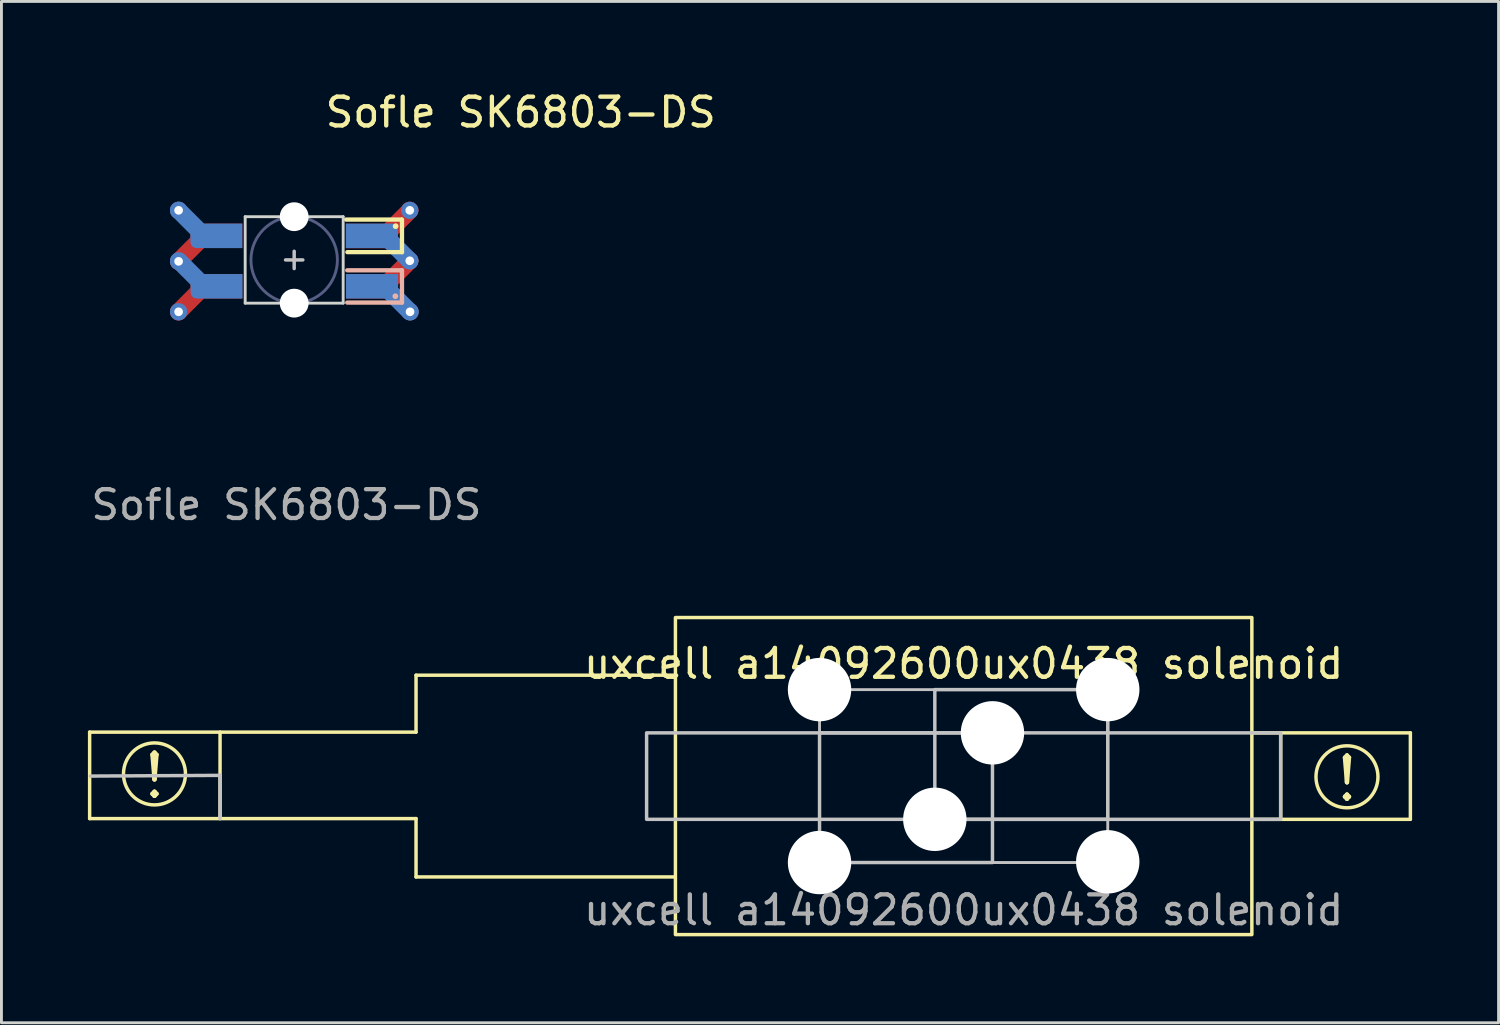
<source format=kicad_pcb>
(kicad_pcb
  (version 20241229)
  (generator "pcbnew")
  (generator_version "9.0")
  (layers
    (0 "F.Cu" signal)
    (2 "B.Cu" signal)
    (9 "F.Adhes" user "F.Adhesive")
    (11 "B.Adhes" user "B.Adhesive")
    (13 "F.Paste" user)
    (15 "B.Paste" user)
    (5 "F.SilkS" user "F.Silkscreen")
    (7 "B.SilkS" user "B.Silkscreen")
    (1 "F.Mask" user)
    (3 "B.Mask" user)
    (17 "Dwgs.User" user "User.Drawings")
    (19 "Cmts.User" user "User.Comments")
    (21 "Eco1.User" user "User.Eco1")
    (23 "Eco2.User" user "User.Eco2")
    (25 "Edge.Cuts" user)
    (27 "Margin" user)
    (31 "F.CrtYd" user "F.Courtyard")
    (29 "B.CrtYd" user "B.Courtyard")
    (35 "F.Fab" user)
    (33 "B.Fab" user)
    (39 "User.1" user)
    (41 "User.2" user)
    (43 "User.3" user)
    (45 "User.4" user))
  (footprint "uxcell a14092600ux0438 solenoid"
    (layer "F.Cu")
    (at 30.385 23.877)
    (property "Reference" "uxcell a14092600ux0438 solenoid" (at 0 -3.9 0) (layer "F.SilkS") (effects (font (size 1 1) (thickness 0.15))))
    (fp_line (start -30.325 -1.525) (end -30.325 1.475) (stroke (width 0.12) (type solid)) (layer "F.SilkS"))
    (fp_line (start -30.325 1.475) (end -19 1.475) (stroke (width 0.12) (type solid)) (layer "F.SilkS"))
    (fp_line (start -25.8 1.475) (end -25.8 -1.525) (stroke (width 0.12) (type solid)) (layer "F.SilkS"))
    (fp_line (start -19 -3.5) (end -19 -1.525) (stroke (width 0.12) (type solid)) (layer "F.SilkS"))
    (fp_line (start -19 -1.525) (end -30.325 -1.525) (stroke (width 0.12) (type solid)) (layer "F.SilkS"))
    (fp_line (start -19 1.475) (end -19 3.5) (stroke (width 0.12) (type solid)) (layer "F.SilkS"))
    (fp_line (start -19 3.5) (end -10.025 3.5) (stroke (width 0.12) (type solid)) (layer "F.SilkS"))
    (fp_line (start -10 -3.5) (end -19 -3.5) (stroke (width 0.12) (type solid)) (layer "F.SilkS"))
    (fp_line (start 10 -1.5) (end 15.5 -1.5) (stroke (width 0.12) (type solid)) (layer "F.SilkS"))
    (fp_line (start 10 1.5) (end 15.5 1.5) (stroke (width 0.12) (type solid)) (layer "F.SilkS"))
    (fp_line (start 11 -1.5) (end 11 1.5) (stroke (width 0.12) (type solid)) (layer "F.SilkS"))
    (fp_line (start 15.5 -1.5) (end 15.5 1.5) (stroke (width 0.12) (type solid)) (layer "F.SilkS"))
    (fp_rect (start -10 -5.5) (end 10 5.5) (stroke (width 0.12) (type solid)) (fill no) (layer "F.SilkS"))
    (fp_circle (center -28.075 -0.075) (end -28.1 1) (stroke (width 0.12) (type solid)) (fill no) (layer "F.SilkS"))
    (fp_circle (center 13.3 0.025) (end 13.275 1.1) (stroke (width 0.12) (type solid)) (fill no) (layer "F.SilkS"))
    (fp_line (start -30.3 0) (end -25.8 -0.025) (stroke (width 0.12) (type solid)) (layer "Dwgs.User"))
    (fp_line (start -25.8 -0.025) (end -25.8 1.475) (stroke (width 0.12) (type solid)) (layer "Dwgs.User"))
    (fp_rect (start -11 -1.5) (end 11 1.5) (stroke (width 0.12) (type solid)) (fill no) (layer "Dwgs.User"))
    (fp_rect (start -5 -3) (end 5 3) (stroke (width 0.1) (type solid)) (fill no) (layer "Dwgs.User"))
    (fp_rect (start 1 3) (end -5 -1.5) (stroke (width 0.12) (type solid)) (fill no) (layer "Dwgs.User"))
    (fp_rect (start 5 1.5) (end -1 -3) (stroke (width 0.12) (type solid)) (fill no) (layer "Dwgs.User"))
    (fp_circle (center -5 -3) (end -3.9 -3) (stroke (width 0.12) (type default)) (fill no) (layer "User.6"))
    (fp_circle (center -5 3) (end -3.9 3) (stroke (width 0.12) (type default)) (fill no) (layer "User.6"))
    (fp_circle (center -1 1.5) (end 0.1 1.5) (stroke (width 0.12) (type default)) (fill no) (layer "User.6"))
    (fp_circle (center 1 -1.5) (end 2.1 -1.5) (stroke (width 0.12) (type default)) (fill no) (layer "User.6"))
    (fp_circle (center 5 -3) (end 6.1 -3) (stroke (width 0.12) (type default)) (fill no) (layer "User.6"))
    (fp_circle (center 5 3) (end 6.1 3) (stroke (width 0.12) (type default)) (fill no) (layer "User.6"))
    (fp_text user "!" (at 13.3 0.1 0) (layer "F.SilkS") (effects (font (size 1.5 1.5) (thickness 0.15))))
    (fp_text user "!" (at -28.075 0 0) (layer "F.SilkS") (effects (font (size 1.5 1.5) (thickness 0.15))))
    (fp_text user "${REFERENCE}" (at 0 4.65 0) (unlocked yes) (layer "F.Fab") (effects (font (size 1 1) (thickness 0.15))))
    (pad "" np_thru_hole circle (at -5 -3 90) (size 2.2 2.2) (drill 2.2) (layers "*.Cu" "*.Mask"))
    (pad "" np_thru_hole circle (at -5 3 90) (size 2.2 2.2) (drill 2.2) (layers "*.Cu" "*.Mask"))
    (pad "" np_thru_hole circle (at -1 1.5 90) (size 2.2 2.2) (drill 2.2) (layers "*.Cu" "*.Mask"))
    (pad "" np_thru_hole circle (at 1 -1.5 90) (size 2.2 2.2) (drill 2.2) (layers "*.Cu" "*.Mask"))
    (pad "" np_thru_hole circle (at 5 -3 90) (size 2.2 2.2) (drill 2.2) (layers "*.Cu" "*.Mask"))
    (pad "" np_thru_hole circle (at 5 2.975) (size 2.2 2.2) (drill 2.2) (layers "*.Cu" "*.Mask")))
  (footprint "Sofle SK6803-DS"
    (layer "F.Cu")
    (at 7.217 6.008)
    (property "Reference" "Sofle SK6803-DS" (at 7.8 -5.16 0) (unlocked yes) (layer "F.SilkS") (effects (font (size 1 1) (thickness 0.15))))
    (attr smd)
    (fp_line (start 1.74 -1.44) (end 3.664 -1.44) (stroke (width 0.15) (type solid)) (layer "F.SilkS"))
    (fp_line (start 3.68 -1.44) (end 3.68 -0.31) (stroke (width 0.15) (type solid)) (layer "F.SilkS"))
    (fp_line (start 3.68 -0.31) (end 1.786 -0.31) (stroke (width 0.15) (type solid)) (layer "F.SilkS"))
    (fp_circle (center 3.46 -1.21) (end 3.56 -1.21) (stroke (width 0) (type solid)) (fill yes) (layer "F.SilkS"))
    (fp_line (start 3.68 0.32) (end 1.78 0.32) (stroke (width 0.15) (type solid)) (layer "B.SilkS"))
    (fp_line (start 3.68 0.32) (end 3.68 1.44) (stroke (width 0.15) (type solid)) (layer "B.SilkS"))
    (fp_line (start 3.68 1.44) (end 1.78 1.44) (stroke (width 0.15) (type solid)) (layer "B.SilkS"))
    (fp_circle (center 3.45 1.22) (end 3.35 1.22) (stroke (width 0) (type solid)) (fill yes) (layer "B.SilkS"))
    (fp_line (start -0.36 -0.04) (end 0.24 -0.04) (stroke (width 0.12) (type solid)) (layer "Dwgs.User"))
    (fp_line (start -0.06 -0.34) (end -0.06 0.26) (stroke (width 0.12) (type solid)) (layer "Dwgs.User"))
    (fp_line (start -1.76 1.46) (end -1.76 -1.54) (stroke (width 0.1) (type solid)) (layer "Edge.Cuts"))
    (fp_line (start 1.64 -1.54) (end -1.76 -1.54) (stroke (width 0.1) (type solid)) (layer "Edge.Cuts"))
    (fp_line (start 1.64 -1.54) (end 1.64 1.46) (stroke (width 0.1) (type solid)) (layer "Edge.Cuts"))
    (fp_line (start 1.64 1.46) (end -1.76 1.46) (stroke (width 0.1) (type solid)) (layer "Edge.Cuts"))
    (fp_circle (center -0.06 -0.04) (end -0.06 1.46) (stroke (width 0.1) (type solid)) (fill no) (layer "B.Fab"))
    (fp_text user "${REFERENCE}" (at -0.33 8.46 0) (unlocked yes) (layer "F.Fab") (effects (font (size 1 1) (thickness 0.15))))
    (pad "" smd roundrect (at -2.75 0.875 180) (size 1.82 0.85) (layers "F.Mask") (roundrect_rratio 0.25) (chamfer_ratio 0) (chamfer top_left bottom_left))
    (pad "" smd roundrect (at -2.75 -0.875) (size 1.82 0.85) (layers "B.Mask") (roundrect_rratio 0.25) (chamfer_ratio 0) (chamfer top_right bottom_right))
    (pad "" smd roundrect (at -2.75 -0.875 180) (size 1.82 0.84) (layers "F.Mask") (roundrect_rratio 0.25) (chamfer_ratio 0) (chamfer top_left bottom_left))
    (pad "" smd roundrect (at -2.745 0.885) (size 1.83 0.85) (layers "B.Mask") (roundrect_rratio 0.25) (chamfer_ratio 0) (chamfer top_right bottom_right))
    (pad "" np_thru_hole circle (at -0.06 -1.54) (size 1 1) (drill 1) (layers "*.Cu" "*.Mask"))
    (pad "" np_thru_hole circle (at -0.06 1.46) (size 1 1) (drill 1) (layers "*.Cu" "*.Mask"))
    (pad "" smd rect (at 2.41 0.88 180) (size 1.38 0.84) (layers "B.Mask"))
    (pad "" smd rect (at 2.41 -0.88) (size 1.38 0.84) (layers "F.Mask"))
    (pad "" smd roundrect (at 2.625 -0.875 180) (size 1.83 0.85) (layers "B.Mask") (roundrect_rratio 0.25) (chamfer_ratio 0) (chamfer top_right bottom_right))
    (pad "" smd roundrect (at 2.63 0.87) (size 1.82 0.84) (layers "F.Mask") (roundrect_rratio 0.25) (chamfer_ratio 0) (chamfer top_left bottom_left))
    (pad "" smd roundrect (at 2.795 0.88 180) (size 1.49 0.84) (layers "B.Mask") (roundrect_rratio 0.25) (chamfer_ratio 0.5) (chamfer top_left))
    (pad "" smd roundrect (at 2.795 -0.88) (size 1.49 0.84) (layers "F.Mask") (roundrect_rratio 0.25) (chamfer_ratio 0.5) (chamfer top_right))
    (pad "1" thru_hole circle (at -4.07 1.76) (size 0.6 0.6) (drill 0.3) (layers "*.Cu"))
    (pad "1" smd custom (at -2.76 -0.875 180) (size 0.85 0.85) (layers "B.Cu") (options (anchor circle)) (primitives (gr_line (start 1.31 0.885) (end 0.425 0) (width 0.6)) (gr_poly (pts (xy 0.9 -0.212) (xy 0.884 -0.294) (xy 0.838 -0.363) (xy 0.769 -0.409) (xy 0.688 -0.425) (xy -0.9 -0.425) (xy -0.9 0.425) (xy 0.688 0.425) (xy 0.769 0.409) (xy 0.838 0.363) (xy 0.884 0.294) (xy 0.9 0.212)) (width 0) (fill yes))))
    (pad "1" smd custom (at -2.76 0.875 180) (size 0.85 0.85) (layers "F.Cu") (options (anchor circle)) (primitives (gr_line (start 0.425 0) (end 1.31 -0.885) (width 0.6)) (gr_poly (pts (xy 0.9 -0.212) (xy 0.884 -0.294) (xy 0.838 -0.363) (xy 0.769 -0.409) (xy 0.688 -0.425) (xy -0.9 -0.425) (xy -0.9 0.425) (xy 0.688 0.425) (xy 0.769 0.409) (xy 0.838 0.363) (xy 0.884 0.294) (xy 0.9 0.212)) (width 0) (fill yes))))
    (pad "2" thru_hole circle (at -4.07 0.01) (size 0.6 0.6) (drill 0.3) (layers "*.Cu"))
    (pad "2" smd custom (at -2.76 -0.875) (size 0.85 0.85) (layers "F.Cu") (options (anchor circle)) (primitives (gr_poly (pts (xy 0.9 -0.425) (xy -0.688 -0.425) (xy -0.769 -0.409) (xy -0.838 -0.363) (xy -0.884 -0.294) (xy -0.9 -0.212) (xy -0.9 0.212) (xy -0.884 0.294) (xy -0.838 0.363) (xy -0.769 0.409) (xy -0.688 0.425) (xy 0.9 0.425)) (width 0) (fill yes)) (gr_line (start -0.425 0) (end -1.31 0.885) (width 0.6))))
    (pad "2" smd custom (at -2.753 0.875) (size 0.85 0.85) (layers "B.Cu") (options (anchor circle)) (primitives (gr_line (start -1.31 -0.885) (end -0.425 0) (width 0.6)) (gr_poly (pts (xy 0.9 -0.425) (xy -0.9 -0.425) (xy -0.9 0.212) (xy -0.884 0.294) (xy -0.838 0.363) (xy -0.769 0.409) (xy -0.688 0.425) (xy 0.9 0.425)) (width 0) (fill yes))))
    (pad "3" thru_hole circle (at -4.07 -1.76) (size 0.6 0.6) (drill 0.3) (layers "*.Cu"))
    (pad "3" smd custom (at 2.64 -0.87) (size 0.85 0.85) (layers "F.Cu") (options (anchor circle)) (primitives (gr_line (start 0.425 0) (end 1.31 -0.885) (width 0.6)) (gr_poly (pts (xy -0.9 -0.425) (xy 0.688 -0.425) (xy 0.769 -0.409) (xy 0.838 -0.363) (xy 0.884 -0.294) (xy 0.9 -0.212) (xy 0.9 0.212) (xy 0.884 0.294) (xy 0.838 0.363) (xy 0.769 0.409) (xy 0.688 0.425) (xy -0.9 0.425)) (width 0) (fill yes))))
    (pad "3" smd custom (at 2.645 0.875) (size 0.85 0.85) (layers "B.Cu") (options (anchor circle)) (primitives (gr_line (start 0.425 0) (end 1.31 0.885) (width 0.6)) (gr_poly (pts (xy 0.9 -0.425) (xy -0.91 -0.425) (xy -0.91 0.425) (xy 0.688 0.425) (xy 0.769 0.409) (xy 0.838 0.363) (xy 0.884 0.294) (xy 0.9 0.212)) (width 0) (fill yes))))
    (pad "3" thru_hole circle (at 3.95 -1.76) (size 0.6 0.6) (drill 0.3) (layers "*.Cu"))
    (pad "3" thru_hole circle (at 3.96 1.76) (size 0.6 0.6) (drill 0.3) (layers "*.Cu"))
    (pad "4" smd custom (at 2.64 -0.875 180) (size 0.85 0.85) (layers "B.Cu") (options (anchor circle)) (primitives (gr_line (start -0.425 0.02) (end -1.31 -0.865) (width 0.6)) (gr_poly (pts (xy 0.91 -0.425) (xy -0.688 -0.425) (xy -0.769 -0.409) (xy -0.838 -0.363) (xy -0.884 -0.294) (xy -0.9 -0.212) (xy -0.9 0.212) (xy -0.884 0.294) (xy -0.838 0.363) (xy -0.769 0.409) (xy -0.688 0.425) (xy 0.91 0.425)) (width 0) (fill yes))))
    (pad "4" smd custom (at 2.64 0.875 180) (size 0.85 0.85) (layers "F.Cu") (options (anchor circle)) (primitives (gr_line (start -1.31 0.885) (end -0.425 0) (width 0.6)) (gr_poly (pts (xy 0.9 -0.425) (xy -0.688 -0.425) (xy -0.769 -0.409) (xy -0.838 -0.363) (xy -0.884 -0.294) (xy -0.9 -0.212) (xy -0.9 0.212) (xy -0.884 0.294) (xy -0.838 0.363) (xy -0.769 0.409) (xy -0.688 0.425) (xy 0.9 0.425)) (width 0) (fill yes))))
    (pad "4" thru_hole circle (at 3.95 -0.01) (size 0.6 0.6) (drill 0.3) (layers "*.Cu")))
  (gr_rect
    (start -3 -3)
    (end 48.945 32.437)
    (stroke (width 0.1) (type default))
    (fill no)
    (layer "Edge.Cuts")))
</source>
